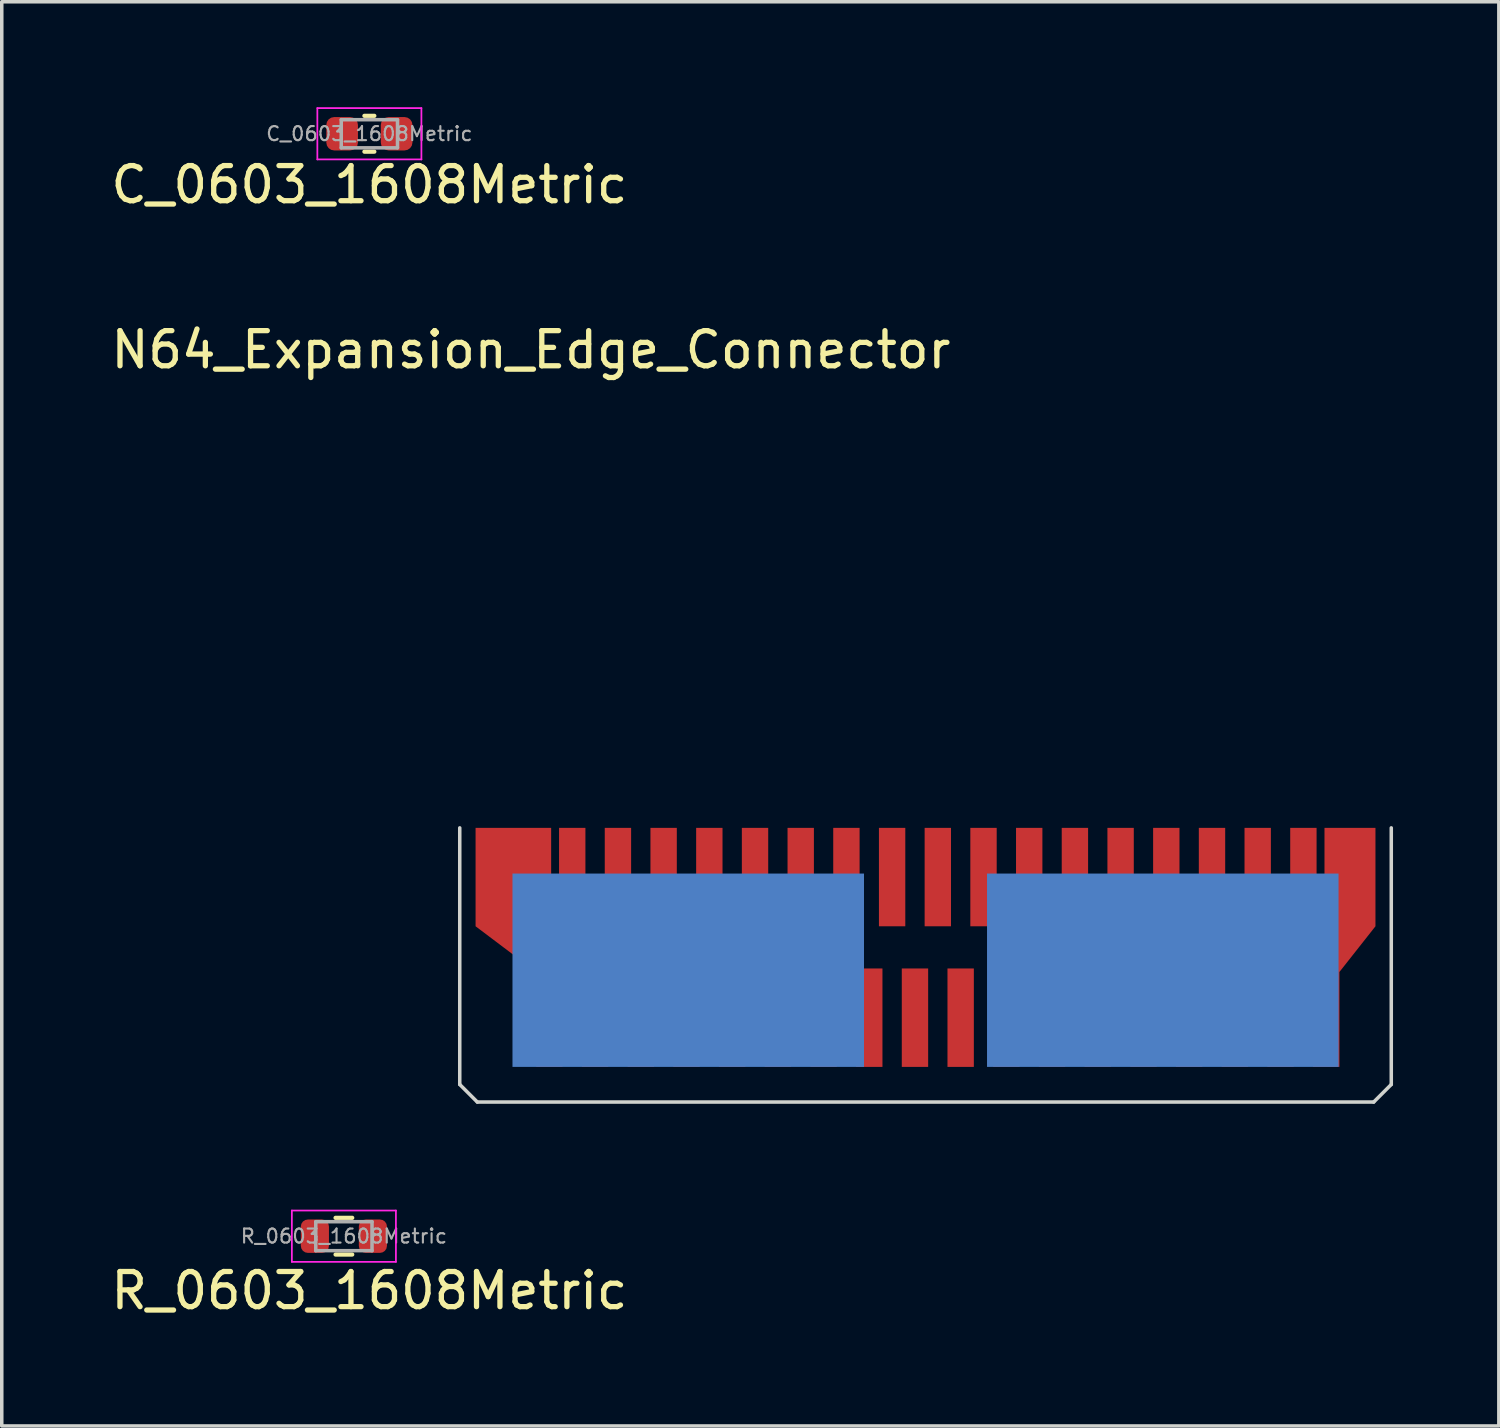
<source format=kicad_pcb>
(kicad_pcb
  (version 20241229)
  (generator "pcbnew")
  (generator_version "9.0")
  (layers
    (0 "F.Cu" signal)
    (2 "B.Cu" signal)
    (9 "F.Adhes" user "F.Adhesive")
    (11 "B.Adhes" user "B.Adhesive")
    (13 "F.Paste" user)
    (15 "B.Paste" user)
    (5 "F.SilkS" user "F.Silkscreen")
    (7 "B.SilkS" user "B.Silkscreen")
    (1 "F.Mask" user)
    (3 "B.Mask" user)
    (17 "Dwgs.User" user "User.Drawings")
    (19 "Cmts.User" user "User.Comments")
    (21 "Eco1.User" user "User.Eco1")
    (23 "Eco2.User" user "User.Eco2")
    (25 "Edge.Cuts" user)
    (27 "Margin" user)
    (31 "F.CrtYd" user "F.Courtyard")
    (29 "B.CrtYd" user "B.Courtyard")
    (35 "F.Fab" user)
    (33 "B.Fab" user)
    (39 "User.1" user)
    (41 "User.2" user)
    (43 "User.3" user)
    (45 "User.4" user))
  (footprint "N64_Expansion_Edge_Connector"
    (layer "F.Cu")
    (at 23.279 24.401)
    (property "Reference" "N64_Expansion_Edge_Connector" (at -11.225 -17.5 0) (unlocked yes) (layer "F.SilkS") (effects (font (size 1 1) (thickness 0.15))))
    (fp_poly (pts (xy 13.25 3.4) (xy 12.75 3.9) (xy -12.75 3.9) (xy -13.25 3.4) (xy -13.25 -3.8) (xy 13.25 -3.8)) (stroke (width 0.12) (type solid)) (fill yes) (layer "F.Mask"))
    (fp_rect (start -11.75 -2.6) (end -1.75 3.9) (stroke (width 0.12) (type solid)) (fill yes) (layer "B.Mask"))
    (fp_rect (start 1.75 -2.6) (end 11.75 3.9) (stroke (width 0.12) (type solid)) (fill yes) (layer "B.Mask"))
    (fp_poly (pts (xy 12.75 3.9) (xy 13.25 3.4) (xy 13.25 2.95) (xy -13.25 2.95) (xy -13.25 3.4) (xy -12.75 3.9)) (stroke (width 0.12) (type solid)) (fill yes) (layer "B.Mask"))
    (fp_line (start -13.25 3.4) (end -13.25 -3.9) (stroke (width 0.1) (type solid)) (layer "Edge.Cuts"))
    (fp_line (start -12.75 3.9) (end -13.25 3.4) (stroke (width 0.1) (type solid)) (layer "Edge.Cuts"))
    (fp_line (start -12.75 3.9) (end 12.75 3.9) (stroke (width 0.1) (type solid)) (layer "Edge.Cuts"))
    (fp_line (start 12.75 3.9) (end 13.25 3.4) (stroke (width 0.1) (type solid)) (layer "Edge.Cuts"))
    (fp_line (start 13.25 -3.9) (end 13.25 3.4) (stroke (width 0.1) (type solid)) (layer "Edge.Cuts"))
    (pad "0" smd custom (at -10.7 1.5) (size 0.75 2.8) (layers "F.Cu") (options (anchor rect)) (primitives (gr_poly (pts (xy -2.1 -2.6) (xy -0.375 -1.3) (xy 0.375 -1.3) (xy 0.375 -1.6) (xy 0.05 -2) (xy 0.05 -5.4) (xy -2.1 -5.4)) (width 0) (fill yes))))
    (pad "0" smd rect (at -6.75 0.15) (size 10 5.5) (layers "B.Cu"))
    (pad "0" smd rect (at 6.75 0.15) (size 10 5.5) (layers "B.Cu"))
    (pad "1" smd rect (at -10.05 -2.5) (size 0.75 2.8) (layers "F.Cu"))
    (pad "2" smd rect (at -9.4 1.5) (size 0.75 2.8) (layers "F.Cu"))
    (pad "3" smd rect (at -8.75 -2.5) (size 0.75 2.8) (layers "F.Cu"))
    (pad "4" smd rect (at -8.1 1.5) (size 0.75 2.8) (layers "F.Cu"))
    (pad "5" smd rect (at -7.45 -2.5) (size 0.75 2.8) (layers "F.Cu"))
    (pad "6" smd rect (at -6.8 1.5) (size 0.75 2.8) (layers "F.Cu"))
    (pad "7" smd rect (at -6.15 -2.5) (size 0.75 2.8) (layers "F.Cu"))
    (pad "8" smd rect (at -5.5 1.5) (size 0.75 2.8) (layers "F.Cu"))
    (pad "9" smd rect (at -4.85 -2.5) (size 0.75 2.8) (layers "F.Cu"))
    (pad "10" smd rect (at -4.2 1.5) (size 0.75 2.8) (layers "F.Cu"))
    (pad "11" smd rect (at -3.55 -2.5) (size 0.75 2.8) (layers "F.Cu"))
    (pad "12" smd rect (at -2.9 1.5) (size 0.75 2.8) (layers "F.Cu"))
    (pad "13" smd rect (at -2.25 -2.5) (size 0.75 2.8) (layers "F.Cu"))
    (pad "14" smd rect (at -1.6 1.5) (size 0.75 2.8) (layers "F.Cu"))
    (pad "15" smd rect (at -0.95 -2.5) (size 0.75 2.8) (layers "F.Cu"))
    (pad "16" smd rect (at -0.3 1.5) (size 0.75 2.8) (layers "F.Cu"))
    (pad "17" smd rect (at 0.35 -2.5) (size 0.75 2.8) (layers "F.Cu"))
    (pad "18" smd rect (at 1 1.5) (size 0.75 2.8) (layers "F.Cu"))
    (pad "19" smd rect (at 1.65 -2.5) (size 0.75 2.8) (layers "F.Cu"))
    (pad "20" smd rect (at 2.3 1.5) (size 0.75 2.8) (layers "F.Cu"))
    (pad "21" smd rect (at 2.95 -2.5) (size 0.75 2.8) (layers "F.Cu"))
    (pad "22" smd rect (at 3.6 1.5) (size 0.75 2.8) (layers "F.Cu"))
    (pad "23" smd rect (at 4.25 -2.5) (size 0.75 2.8) (layers "F.Cu"))
    (pad "24" smd rect (at 4.9 1.5) (size 0.75 2.8) (layers "F.Cu"))
    (pad "25" smd rect (at 5.55 -2.5) (size 0.75 2.8) (layers "F.Cu"))
    (pad "26" smd rect (at 6.2 1.5) (size 0.75 2.8) (layers "F.Cu"))
    (pad "27" smd rect (at 6.85 -2.5) (size 0.75 2.8) (layers "F.Cu"))
    (pad "28" smd rect (at 7.5 1.5) (size 0.75 2.8) (layers "F.Cu"))
    (pad "29" smd rect (at 8.15 -2.5) (size 0.75 2.8) (layers "F.Cu"))
    (pad "30" smd rect (at 8.8 1.5) (size 0.75 2.8) (layers "F.Cu"))
    (pad "31" smd rect (at 9.45 -2.5) (size 0.75 2.8) (layers "F.Cu"))
    (pad "32" smd rect (at 10.1 1.5) (size 0.75 2.8) (layers "F.Cu"))
    (pad "33" smd rect (at 10.75 -2.5) (size 0.75 2.8) (layers "F.Cu"))
    (pad "34" smd custom (at 11.4 1.5) (size 0.75 2.8) (layers "F.Cu") (options (anchor rect)) (primitives (gr_poly (pts (xy 1.4 -2.6) (xy 0.375 -1.3) (xy -0.375 -1.3) (xy -0.375 -1.6) (xy -0.05 -2) (xy -0.05 -5.4) (xy 1.4 -5.4)) (width 0) (fill yes)))))
  (footprint "R_0603_1608Metric"
    (layer "F.Cu")
    (at 6.733 32.117)
    (property "Reference" "R_0603_1608Metric" (at 0.725 1.55 0) (layer "F.SilkS") (effects (font (size 1 1) (thickness 0.15))))
    (attr smd)
    (fp_line (start 0.237 -0.522) (end -0.237 -0.522) (stroke (width 0.12) (type solid)) (layer "F.SilkS"))
    (fp_line (start 0.237 0.522) (end -0.237 0.522) (stroke (width 0.12) (type solid)) (layer "F.SilkS"))
    (fp_line (start -1.48 -0.73) (end -1.48 0.73) (stroke (width 0.05) (type solid)) (layer "F.CrtYd"))
    (fp_line (start -1.48 0.73) (end 1.48 0.73) (stroke (width 0.05) (type solid)) (layer "F.CrtYd"))
    (fp_line (start 1.48 -0.73) (end -1.48 -0.73) (stroke (width 0.05) (type solid)) (layer "F.CrtYd"))
    (fp_line (start 1.48 0.73) (end 1.48 -0.73) (stroke (width 0.05) (type solid)) (layer "F.CrtYd"))
    (fp_line (start -0.8 -0.412) (end -0.8 0.412) (stroke (width 0.1) (type solid)) (layer "F.Fab"))
    (fp_line (start -0.8 0.412) (end 0.8 0.412) (stroke (width 0.1) (type solid)) (layer "F.Fab"))
    (fp_line (start 0.8 -0.412) (end -0.8 -0.412) (stroke (width 0.1) (type solid)) (layer "F.Fab"))
    (fp_line (start 0.8 0.412) (end 0.8 -0.412) (stroke (width 0.1) (type solid)) (layer "F.Fab"))
    (fp_text user "${REFERENCE}" (at 0 0 0) (layer "F.Fab") (effects (font (size 0.4 0.4) (thickness 0.06))))
    (pad "1" smd roundrect (at -0.825 0) (size 0.8 0.95) (layers "F.Cu" "F.Mask" "F.Paste") (roundrect_rratio 0.25))
    (pad "2" smd roundrect (at 0.825 0) (size 0.8 0.95) (layers "F.Cu" "F.Mask" "F.Paste") (roundrect_rratio 0.25)))
  (footprint "C_0603_1608Metric"
    (layer "F.Cu")
    (at 7.458 0.755)
    (property "Reference" "C_0603_1608Metric" (at 0 1.45 0) (layer "F.SilkS") (effects (font (size 1 1) (thickness 0.15))))
    (attr smd)
    (fp_line (start 0.141 -0.51) (end -0.141 -0.51) (stroke (width 0.12) (type solid)) (layer "F.SilkS"))
    (fp_line (start 0.141 0.51) (end -0.141 0.51) (stroke (width 0.12) (type solid)) (layer "F.SilkS"))
    (fp_line (start -1.48 -0.73) (end -1.48 0.73) (stroke (width 0.05) (type solid)) (layer "F.CrtYd"))
    (fp_line (start -1.48 0.73) (end 1.48 0.73) (stroke (width 0.05) (type solid)) (layer "F.CrtYd"))
    (fp_line (start 1.48 -0.73) (end -1.48 -0.73) (stroke (width 0.05) (type solid)) (layer "F.CrtYd"))
    (fp_line (start 1.48 0.73) (end 1.48 -0.73) (stroke (width 0.05) (type solid)) (layer "F.CrtYd"))
    (fp_line (start -0.8 -0.4) (end -0.8 0.4) (stroke (width 0.1) (type solid)) (layer "F.Fab"))
    (fp_line (start -0.8 0.4) (end 0.8 0.4) (stroke (width 0.1) (type solid)) (layer "F.Fab"))
    (fp_line (start 0.8 -0.4) (end -0.8 -0.4) (stroke (width 0.1) (type solid)) (layer "F.Fab"))
    (fp_line (start 0.8 0.4) (end 0.8 -0.4) (stroke (width 0.1) (type solid)) (layer "F.Fab"))
    (fp_text user "${REFERENCE}" (at 0 0 0) (layer "F.Fab") (effects (font (size 0.4 0.4) (thickness 0.06))))
    (pad "1" smd roundrect (at -0.775 0) (size 0.9 0.95) (layers "F.Cu" "F.Mask" "F.Paste") (roundrect_rratio 0.25))
    (pad "2" smd roundrect (at 0.775 0) (size 0.9 0.95) (layers "F.Cu" "F.Mask" "F.Paste") (roundrect_rratio 0.25)))
  (gr_rect
    (start -3 -3)
    (end 39.589 37.515)
    (stroke (width 0.1) (type default))
    (fill no)
    (layer "Edge.Cuts")))
</source>
